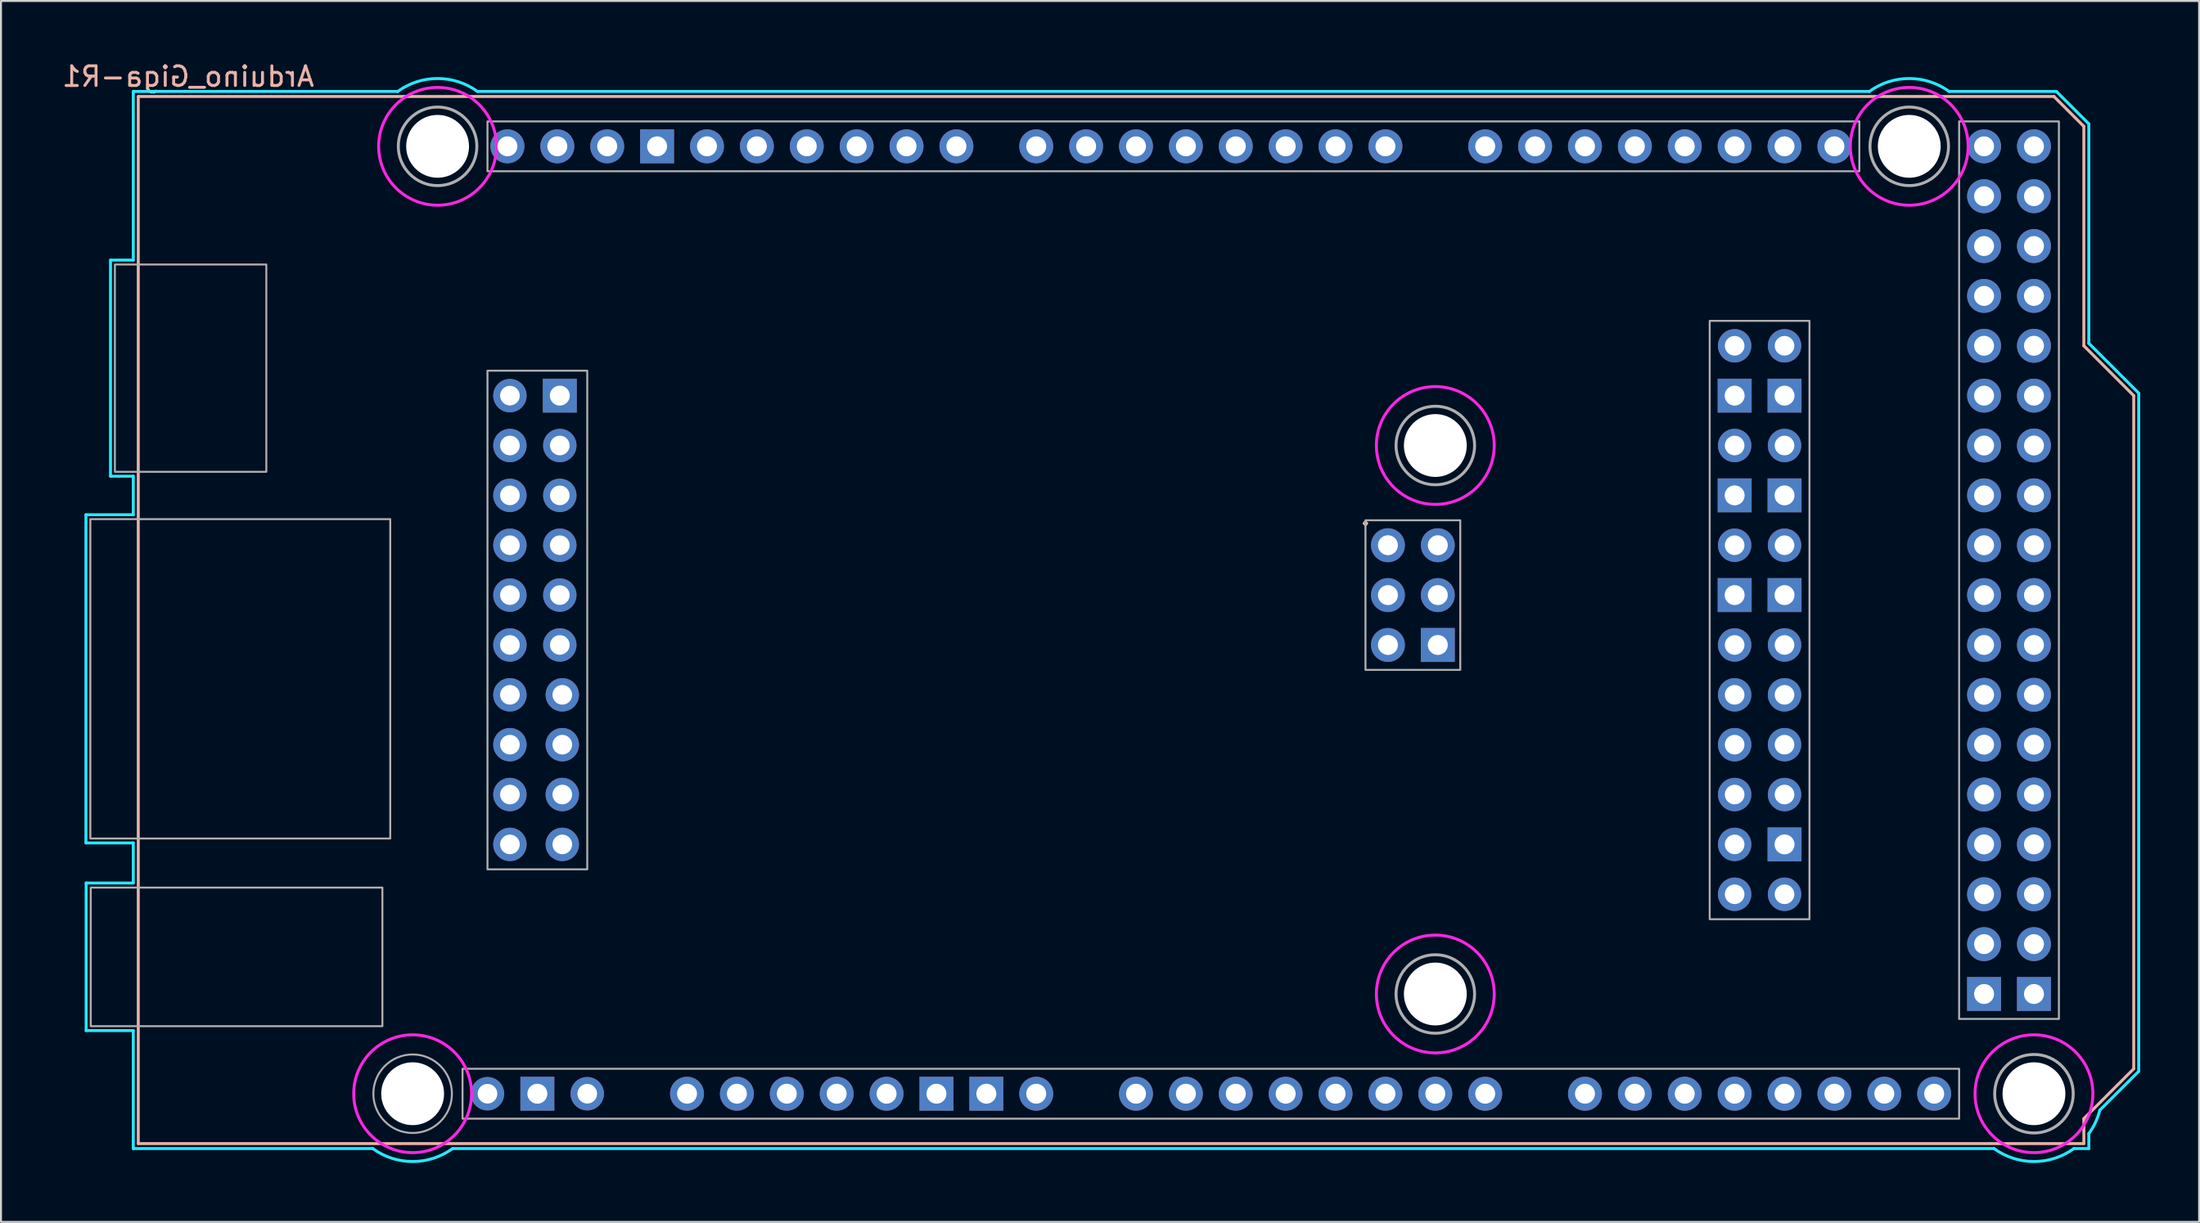
<source format=kicad_pcb>
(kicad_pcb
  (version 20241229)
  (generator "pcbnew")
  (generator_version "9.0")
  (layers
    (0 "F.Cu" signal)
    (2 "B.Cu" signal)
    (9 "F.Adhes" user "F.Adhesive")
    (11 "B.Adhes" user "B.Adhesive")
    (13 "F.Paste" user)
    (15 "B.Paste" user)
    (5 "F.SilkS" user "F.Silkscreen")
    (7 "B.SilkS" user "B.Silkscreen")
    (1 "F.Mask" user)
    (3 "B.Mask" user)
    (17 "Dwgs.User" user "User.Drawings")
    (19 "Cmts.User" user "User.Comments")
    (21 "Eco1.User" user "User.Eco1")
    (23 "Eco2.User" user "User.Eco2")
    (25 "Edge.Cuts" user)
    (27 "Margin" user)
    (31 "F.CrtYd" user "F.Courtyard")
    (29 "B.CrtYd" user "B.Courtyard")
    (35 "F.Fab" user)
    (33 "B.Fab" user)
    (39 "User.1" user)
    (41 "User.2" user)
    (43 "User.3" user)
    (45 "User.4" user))
  (footprint "Arduino_Giga-R1"
    (layer "F.Cu")
    (at 3.99 55.204)
    (property "Reference" "Arduino_Giga-R1" (at 2.54 -54.356 0) (layer "B.SilkS") (effects (font (size 1 1) (thickness 0.15)) (justify mirror)))
    (attr through_hole)
    (fp_line (start 0 -53.34) (end 0 0) (stroke (width 0.15) (type solid)) (layer "B.SilkS"))
    (fp_line (start 0 -53.34) (end 97.536 -53.34) (stroke (width 0.15) (type solid)) (layer "B.SilkS"))
    (fp_line (start 0 0) (end 99.06 0) (stroke (width 0.15) (type solid)) (layer "B.SilkS"))
    (fp_line (start 97.536 -53.34) (end 99.06 -51.816) (stroke (width 0.15) (type solid)) (layer "B.SilkS"))
    (fp_line (start 99.06 -40.64) (end 99.06 -51.816) (stroke (width 0.15) (type solid)) (layer "B.SilkS"))
    (fp_line (start 99.06 -1.27) (end 101.6 -3.81) (stroke (width 0.15) (type solid)) (layer "B.SilkS"))
    (fp_line (start 99.06 0) (end 99.06 -1.27) (stroke (width 0.15) (type solid)) (layer "B.SilkS"))
    (fp_line (start 101.6 -38.1) (end 99.06 -40.64) (stroke (width 0.15) (type solid)) (layer "B.SilkS"))
    (fp_line (start 101.6 -3.81) (end 101.6 -38.1) (stroke (width 0.15) (type solid)) (layer "B.SilkS"))
    (fp_line (start -2.664 -32.034) (end -0.254 -32.034) (stroke (width 0.15) (type solid)) (layer "B.CrtYd"))
    (fp_line (start -2.664 -15.316) (end -2.664 -32.034) (stroke (width 0.15) (type solid)) (layer "B.CrtYd"))
    (fp_line (start -2.664 -15.316) (end -0.254 -15.316) (stroke (width 0.15) (type solid)) (layer "B.CrtYd"))
    (fp_line (start -2.654 -13.274) (end -2.654 -5.756) (stroke (width 0.15) (type solid)) (layer "B.CrtYd"))
    (fp_line (start -2.654 -13.274) (end -0.254 -13.274) (stroke (width 0.15) (type solid)) (layer "B.CrtYd"))
    (fp_line (start -2.654 -5.756) (end -0.254 -5.756) (stroke (width 0.15) (type solid)) (layer "B.CrtYd"))
    (fp_line (start -1.414 -45.004) (end -0.254 -45.004) (stroke (width 0.15) (type solid)) (layer "B.CrtYd"))
    (fp_line (start -1.414 -33.996) (end -1.414 -45.004) (stroke (width 0.15) (type solid)) (layer "B.CrtYd"))
    (fp_line (start -1.414 -33.996) (end -0.254 -33.996) (stroke (width 0.15) (type solid)) (layer "B.CrtYd"))
    (fp_line (start -0.254 -53.594) (end -0.254 -45.004) (stroke (width 0.15) (type solid)) (layer "B.CrtYd"))
    (fp_line (start -0.254 -33.996) (end -0.254 -32.034) (stroke (width 0.15) (type solid)) (layer "B.CrtYd"))
    (fp_line (start -0.254 -15.316) (end -0.254 -13.274) (stroke (width 0.15) (type solid)) (layer "B.CrtYd"))
    (fp_line (start -0.254 -5.756) (end -0.254 0.254) (stroke (width 0.15) (type solid)) (layer "B.CrtYd"))
    (fp_line (start 11.938 0.254) (end -0.254 0.254) (stroke (width 0.15) (type solid)) (layer "B.CrtYd"))
    (fp_line (start 13.208 -53.594) (end -0.254 -53.594) (stroke (width 0.15) (type solid)) (layer "B.CrtYd"))
    (fp_line (start 16.002 0.254) (end 94.488 0.254) (stroke (width 0.15) (type solid)) (layer "B.CrtYd"))
    (fp_line (start 17.272 -53.594) (end 88.138 -53.594) (stroke (width 0.15) (type solid)) (layer "B.CrtYd"))
    (fp_line (start 97.663 -53.594) (end 92.202 -53.594) (stroke (width 0.15) (type solid)) (layer "B.CrtYd"))
    (fp_line (start 97.663 -53.594) (end 99.314 -51.943) (stroke (width 0.15) (type solid)) (layer "B.CrtYd"))
    (fp_line (start 99.314 -40.767) (end 99.314 -51.943) (stroke (width 0.15) (type solid)) (layer "B.CrtYd"))
    (fp_line (start 99.314 0.254) (end 98.552 0.254) (stroke (width 0.15) (type solid)) (layer "B.CrtYd"))
    (fp_line (start 99.314 0.254) (end 99.314 -0.508) (stroke (width 0.15) (type solid)) (layer "B.CrtYd"))
    (fp_line (start 99.873 -1.702) (end 101.854 -3.683) (stroke (width 0.15) (type solid)) (layer "B.CrtYd"))
    (fp_line (start 101.854 -38.227) (end 99.314 -40.767) (stroke (width 0.15) (type solid)) (layer "B.CrtYd"))
    (fp_line (start 101.854 -3.683) (end 101.854 -38.227) (stroke (width 0.15) (type solid)) (layer "B.CrtYd"))
    (fp_arc (start 13.208 -53.594) (mid 15.24 -54.254237) (end 17.272 -53.594) (stroke (width 0.15) (type solid)) (layer "B.CrtYd"))
    (fp_arc (start 16.002 0.254) (mid 13.97 0.914237) (end 11.938 0.254) (stroke (width 0.15) (type solid)) (layer "B.CrtYd"))
    (fp_arc (start 88.138 -53.594) (mid 90.17 -54.254237) (end 92.202 -53.594) (stroke (width 0.15) (type solid)) (layer "B.CrtYd"))
    (fp_arc (start 98.552 0.254) (mid 96.52 0.914237) (end 94.488 0.254) (stroke (width 0.15) (type solid)) (layer "B.CrtYd"))
    (fp_arc (start 99.8728 -1.7018) (mid 99.650917 -1.077977) (end 99.314 -0.508) (stroke (width 0.15) (type solid)) (layer "B.CrtYd"))
    (fp_circle (center 13.97 -2.54) (end 16.97 -2.54) (stroke (width 0.15) (type solid)) (fill no) (layer "F.CrtYd"))
    (fp_circle (center 15.24 -50.8) (end 18.24 -50.8) (stroke (width 0.15) (type solid)) (fill no) (layer "F.CrtYd"))
    (fp_circle (center 66.04 -35.56) (end 69.04 -35.56) (stroke (width 0.15) (type solid)) (fill no) (layer "F.CrtYd"))
    (fp_circle (center 66.04 -7.62) (end 69.04 -7.62) (stroke (width 0.15) (type solid)) (fill no) (layer "F.CrtYd"))
    (fp_circle (center 90.17 -50.8) (end 93.17 -50.8) (stroke (width 0.15) (type solid)) (fill no) (layer "F.CrtYd"))
    (fp_circle (center 96.52 -2.54) (end 99.52 -2.54) (stroke (width 0.15) (type solid)) (fill no) (layer "F.CrtYd"))
    (fp_rect (start -2.44 -31.81) (end 12.83 -15.54) (stroke (width 0.1) (type default)) (fill no) (layer "F.Fab"))
    (fp_rect (start -2.42 -13.04) (end 12.43 -5.98) (stroke (width 0.1) (type default)) (fill no) (layer "F.Fab"))
    (fp_rect (start -1.19 -44.78) (end 6.52 -34.22) (stroke (width 0.1) (type default)) (fill no) (layer "F.Fab"))
    (fp_rect (start 22.86 -13.97) (end 17.78 -39.37) (stroke (width 0.1) (type default)) (fill no) (layer "F.Fab"))
    (fp_rect (start 62.484 -24.13) (end 67.31 -31.75) (stroke (width 0.1) (type default)) (fill no) (layer "F.Fab"))
    (fp_rect (start 80.01 -41.91) (end 85.09 -11.43) (stroke (width 0.1) (type default)) (fill no) (layer "F.Fab"))
    (fp_rect (start 87.63 -49.53) (end 17.78 -52.07) (stroke (width 0.1) (type default)) (fill no) (layer "F.Fab"))
    (fp_rect (start 92.71 -6.35) (end 97.79 -52.07) (stroke (width 0.1) (type default)) (fill no) (layer "F.Fab"))
    (fp_rect (start 92.71 -1.27) (end 16.51 -3.81) (stroke (width 0.1) (type default)) (fill no) (layer "F.Fab"))
    (fp_circle (center 13.97 -2.54) (end 15.97 -2.54) (stroke (width 0.1) (type default)) (fill no) (layer "F.Fab"))
    (fp_circle (center 15.24 -50.8) (end 17.24 -50.8) (stroke (width 0.15) (type solid)) (fill no) (layer "F.Fab"))
    (fp_circle (center 66.04 -35.56) (end 68.04 -35.56) (stroke (width 0.15) (type solid)) (fill no) (layer "F.Fab"))
    (fp_circle (center 66.04 -7.62) (end 68.04 -7.62) (stroke (width 0.15) (type solid)) (fill no) (layer "F.Fab"))
    (fp_circle (center 90.17 -50.8) (end 92.17 -50.8) (stroke (width 0.15) (type solid)) (fill no) (layer "F.Fab"))
    (fp_circle (center 96.52 -2.54) (end 98.52 -2.54) (stroke (width 0.15) (type solid)) (fill no) (layer "F.Fab"))
    (fp_text user "." (at 62.484 -32.004 0) (layer "F.SilkS") (effects (font (size 1 1) (thickness 0.15))))
    (fp_text user "." (at 62.484 -32.004 0) (layer "B.SilkS") (effects (font (size 1 1) (thickness 0.15))))
    (pad "" np_thru_hole circle (at 13.97 -2.54) (size 3.2 3.2) (drill 3.2) (layers "*.Cu" "*.Mask"))
    (pad "" np_thru_hole circle (at 15.24 -50.8 270) (size 3.2 3.2) (drill 3.2) (layers "*.Cu" "*.Mask"))
    (pad "" thru_hole oval (at 27.94 -2.54) (size 1.727 1.727) (drill 1.016) (layers "*.Cu" "*.Mask"))
    (pad "" np_thru_hole circle (at 66.04 -35.56) (size 3.2 3.2) (drill 3.2) (layers "*.Cu" "*.Mask"))
    (pad "" np_thru_hole circle (at 66.04 -7.62) (size 3.2 3.2) (drill 3.2) (layers "*.Cu" "*.Mask"))
    (pad "" np_thru_hole circle (at 90.17 -50.8) (size 3.2 3.2) (drill 3.2) (layers "*.Cu" "*.Mask"))
    (pad "" np_thru_hole circle (at 96.52 -2.54) (size 3.2 3.2) (drill 3.2) (layers "*.Cu" "*.Mask"))
    (pad "3V3" thru_hole circle (at 18.923 -38.1) (size 1.7 1.7) (drill 1) (layers "*.Cu" "*.Mask"))
    (pad "3V3" thru_hole oval (at 35.56 -2.54) (size 1.727 1.727) (drill 1.016) (layers "*.Cu" "*.Mask"))
    (pad "3V3" thru_hole circle (at 81.28 -12.7) (size 1.7 1.7) (drill 1) (layers "*.Cu" "*.Mask"))
    (pad "5V" thru_hole oval (at 38.1 -2.54) (size 1.727 1.727) (drill 1.016) (layers "*.Cu" "*.Mask"))
    (pad "5V" thru_hole circle (at 81.28 -15.24) (size 1.7 1.7) (drill 1) (layers "*.Cu" "*.Mask"))
    (pad "5V" thru_hole oval (at 93.98 -50.8) (size 1.727 1.727) (drill 1.016) (layers "*.Cu" "*.Mask"))
    (pad "5V" thru_hole oval (at 96.52 -50.8) (size 1.727 1.727) (drill 1.016) (layers "*.Cu" "*.Mask"))
    (pad "A0" thru_hole oval (at 50.8 -2.54) (size 1.727 1.727) (drill 1.016) (layers "*.Cu" "*.Mask"))
    (pad "A1" thru_hole oval (at 53.34 -2.54) (size 1.727 1.727) (drill 1.016) (layers "*.Cu" "*.Mask"))
    (pad "A2" thru_hole oval (at 55.88 -2.54) (size 1.727 1.727) (drill 1.016) (layers "*.Cu" "*.Mask"))
    (pad "A3" thru_hole oval (at 58.42 -2.54) (size 1.727 1.727) (drill 1.016) (layers "*.Cu" "*.Mask"))
    (pad "A4" thru_hole oval (at 60.96 -2.54) (size 1.727 1.727) (drill 1.016) (layers "*.Cu" "*.Mask"))
    (pad "A5" thru_hole oval (at 63.5 -2.54) (size 1.727 1.727) (drill 1.016) (layers "*.Cu" "*.Mask"))
    (pad "A6" thru_hole oval (at 66.04 -2.54) (size 1.727 1.727) (drill 1.016) (layers "*.Cu" "*.Mask"))
    (pad "A7" thru_hole oval (at 68.58 -2.54) (size 1.727 1.727) (drill 1.016) (layers "*.Cu" "*.Mask"))
    (pad "A8" thru_hole oval (at 73.66 -2.54) (size 1.727 1.727) (drill 1.016) (layers "*.Cu" "*.Mask"))
    (pad "A9" thru_hole oval (at 76.2 -2.54) (size 1.727 1.727) (drill 1.016) (layers "*.Cu" "*.Mask"))
    (pad "A10" thru_hole oval (at 78.74 -2.54) (size 1.727 1.727) (drill 1.016) (layers "*.Cu" "*.Mask"))
    (pad "A11" thru_hole oval (at 81.28 -2.54) (size 1.727 1.727) (drill 1.016) (layers "*.Cu" "*.Mask"))
    (pad "AREF" thru_hole oval (at 23.876 -50.8) (size 1.727 1.727) (drill 1.016) (layers "*.Cu" "*.Mask"))
    (pad "CANR" thru_hole oval (at 88.9 -2.54) (size 1.727 1.727) (drill 1.016) (layers "*.Cu" "*.Mask"))
    (pad "CANT" thru_hole oval (at 91.44 -2.54) (size 1.727 1.727) (drill 1.016) (layers "*.Cu" "*.Mask"))
    (pad "CKN" thru_hole circle (at 81.28 -35.56) (size 1.7 1.7) (drill 1) (layers "*.Cu" "*.Mask"))
    (pad "CKP" thru_hole circle (at 83.82 -35.56) (size 1.7 1.7) (drill 1) (layers "*.Cu" "*.Mask"))
    (pad "D0" thru_hole oval (at 63.5 -50.8) (size 1.727 1.727) (drill 1.016) (layers "*.Cu" "*.Mask"))
    (pad "D0N" thru_hole circle (at 81.28 -30.48) (size 1.7 1.7) (drill 1) (layers "*.Cu" "*.Mask"))
    (pad "D0P" thru_hole circle (at 83.82 -30.48) (size 1.7 1.7) (drill 1) (layers "*.Cu" "*.Mask"))
    (pad "D1" thru_hole oval (at 60.96 -50.8) (size 1.727 1.727) (drill 1.016) (layers "*.Cu" "*.Mask"))
    (pad "D1N" thru_hole circle (at 81.28 -40.64) (size 1.7 1.7) (drill 1) (layers "*.Cu" "*.Mask"))
    (pad "D1P" thru_hole circle (at 83.82 -40.64) (size 1.7 1.7) (drill 1) (layers "*.Cu" "*.Mask"))
    (pad "D2" thru_hole oval (at 58.42 -50.8) (size 1.727 1.727) (drill 1.016) (layers "*.Cu" "*.Mask"))
    (pad "D3" thru_hole oval (at 55.88 -50.8) (size 1.727 1.727) (drill 1.016) (layers "*.Cu" "*.Mask"))
    (pad "D4" thru_hole oval (at 53.34 -50.8) (size 1.727 1.727) (drill 1.016) (layers "*.Cu" "*.Mask"))
    (pad "D5" thru_hole oval (at 50.8 -50.8) (size 1.727 1.727) (drill 1.016) (layers "*.Cu" "*.Mask"))
    (pad "D6" thru_hole oval (at 48.26 -50.8) (size 1.727 1.727) (drill 1.016) (layers "*.Cu" "*.Mask"))
    (pad "D7" thru_hole oval (at 45.72 -50.8) (size 1.727 1.727) (drill 1.016) (layers "*.Cu" "*.Mask"))
    (pad "D8" thru_hole oval (at 41.656 -50.8) (size 1.727 1.727) (drill 1.016) (layers "*.Cu" "*.Mask"))
    (pad "D9" thru_hole oval (at 39.116 -50.8) (size 1.727 1.727) (drill 1.016) (layers "*.Cu" "*.Mask"))
    (pad "D10" thru_hole oval (at 36.576 -50.8) (size 1.727 1.727) (drill 1.016) (layers "*.Cu" "*.Mask"))
    (pad "D11" thru_hole oval (at 34.036 -50.8) (size 1.727 1.727) (drill 1.016) (layers "*.Cu" "*.Mask"))
    (pad "D12" thru_hole oval (at 31.496 -50.8) (size 1.727 1.727) (drill 1.016) (layers "*.Cu" "*.Mask"))
    (pad "D13" thru_hole oval (at 28.956 -50.8) (size 1.727 1.727) (drill 1.016) (layers "*.Cu" "*.Mask"))
    (pad "D14" thru_hole oval (at 68.58 -50.8) (size 1.727 1.727) (drill 1.016) (layers "*.Cu" "*.Mask"))
    (pad "D15" thru_hole oval (at 71.12 -50.8) (size 1.727 1.727) (drill 1.016) (layers "*.Cu" "*.Mask"))
    (pad "D16" thru_hole oval (at 73.66 -50.8) (size 1.727 1.727) (drill 1.016) (layers "*.Cu" "*.Mask"))
    (pad "D17" thru_hole oval (at 76.2 -50.8) (size 1.727 1.727) (drill 1.016) (layers "*.Cu" "*.Mask"))
    (pad "D18" thru_hole oval (at 78.74 -50.8) (size 1.727 1.727) (drill 1.016) (layers "*.Cu" "*.Mask"))
    (pad "D19" thru_hole oval (at 81.28 -50.8) (size 1.727 1.727) (drill 1.016) (layers "*.Cu" "*.Mask"))
    (pad "D20" thru_hole oval (at 83.82 -50.8) (size 1.727 1.727) (drill 1.016) (layers "*.Cu" "*.Mask"))
    (pad "D21" thru_hole oval (at 86.36 -50.8) (size 1.727 1.727) (drill 1.016) (layers "*.Cu" "*.Mask"))
    (pad "D22" thru_hole oval (at 93.98 -48.26) (size 1.727 1.727) (drill 1.016) (layers "*.Cu" "*.Mask"))
    (pad "D23" thru_hole oval (at 96.52 -48.26) (size 1.727 1.727) (drill 1.016) (layers "*.Cu" "*.Mask"))
    (pad "D24" thru_hole oval (at 93.98 -45.72) (size 1.727 1.727) (drill 1.016) (layers "*.Cu" "*.Mask"))
    (pad "D25" thru_hole oval (at 96.52 -45.72) (size 1.727 1.727) (drill 1.016) (layers "*.Cu" "*.Mask"))
    (pad "D26" thru_hole oval (at 93.98 -43.18) (size 1.727 1.727) (drill 1.016) (layers "*.Cu" "*.Mask"))
    (pad "D27" thru_hole oval (at 96.52 -43.18) (size 1.727 1.727) (drill 1.016) (layers "*.Cu" "*.Mask"))
    (pad "D28" thru_hole oval (at 93.98 -40.64) (size 1.727 1.727) (drill 1.016) (layers "*.Cu" "*.Mask"))
    (pad "D29" thru_hole oval (at 96.52 -40.64) (size 1.727 1.727) (drill 1.016) (layers "*.Cu" "*.Mask"))
    (pad "D30" thru_hole oval (at 93.98 -38.1) (size 1.727 1.727) (drill 1.016) (layers "*.Cu" "*.Mask"))
    (pad "D31" thru_hole oval (at 96.52 -38.1) (size 1.727 1.727) (drill 1.016) (layers "*.Cu" "*.Mask"))
    (pad "D32" thru_hole oval (at 93.98 -35.56) (size 1.727 1.727) (drill 1.016) (layers "*.Cu" "*.Mask"))
    (pad "D33" thru_hole oval (at 96.52 -35.56) (size 1.727 1.727) (drill 1.016) (layers "*.Cu" "*.Mask"))
    (pad "D34" thru_hole circle (at 93.98 -33.02) (size 1.727 1.727) (drill 1.016) (layers "*.Cu" "*.Mask"))
    (pad "D35" thru_hole oval (at 96.52 -33.02) (size 1.727 1.727) (drill 1.016) (layers "*.Cu" "*.Mask"))
    (pad "D36" thru_hole oval (at 93.98 -30.48) (size 1.727 1.727) (drill 1.016) (layers "*.Cu" "*.Mask"))
    (pad "D37" thru_hole oval (at 96.52 -30.48) (size 1.727 1.727) (drill 1.016) (layers "*.Cu" "*.Mask"))
    (pad "D38" thru_hole oval (at 93.98 -27.94) (size 1.727 1.727) (drill 1.016) (layers "*.Cu" "*.Mask"))
    (pad "D39" thru_hole oval (at 96.52 -27.94) (size 1.727 1.727) (drill 1.016) (layers "*.Cu" "*.Mask"))
    (pad "D40" thru_hole oval (at 93.98 -25.4) (size 1.727 1.727) (drill 1.016) (layers "*.Cu" "*.Mask"))
    (pad "D41" thru_hole oval (at 96.52 -25.4) (size 1.727 1.727) (drill 1.016) (layers "*.Cu" "*.Mask"))
    (pad "D42" thru_hole oval (at 93.98 -22.86) (size 1.727 1.727) (drill 1.016) (layers "*.Cu" "*.Mask"))
    (pad "D43" thru_hole oval (at 96.52 -22.86) (size 1.727 1.727) (drill 1.016) (layers "*.Cu" "*.Mask"))
    (pad "D44" thru_hole oval (at 93.98 -20.32) (size 1.727 1.727) (drill 1.016) (layers "*.Cu" "*.Mask"))
    (pad "D45" thru_hole oval (at 96.52 -20.32) (size 1.727 1.727) (drill 1.016) (layers "*.Cu" "*.Mask"))
    (pad "D46" thru_hole oval (at 93.98 -17.78) (size 1.727 1.727) (drill 1.016) (layers "*.Cu" "*.Mask"))
    (pad "D47" thru_hole oval (at 96.52 -17.78) (size 1.727 1.727) (drill 1.016) (layers "*.Cu" "*.Mask"))
    (pad "D48" thru_hole oval (at 93.98 -15.24) (size 1.727 1.727) (drill 1.016) (layers "*.Cu" "*.Mask"))
    (pad "D49" thru_hole oval (at 96.52 -15.24) (size 1.727 1.727) (drill 1.016) (layers "*.Cu" "*.Mask"))
    (pad "D50" thru_hole oval (at 93.98 -12.7) (size 1.727 1.727) (drill 1.016) (layers "*.Cu" "*.Mask"))
    (pad "D51" thru_hole oval (at 96.52 -12.7) (size 1.727 1.727) (drill 1.016) (layers "*.Cu" "*.Mask"))
    (pad "D52" thru_hole oval (at 93.98 -10.16) (size 1.727 1.727) (drill 1.016) (layers "*.Cu" "*.Mask"))
    (pad "D53" thru_hole oval (at 96.52 -10.16) (size 1.727 1.727) (drill 1.016) (layers "*.Cu" "*.Mask"))
    (pad "D54" thru_hole circle (at 18.923 -33.02) (size 1.7 1.7) (drill 1) (layers "*.Cu" "*.Mask"))
    (pad "D55" thru_hole circle (at 21.463 -33.02) (size 1.7 1.7) (drill 1) (layers "*.Cu" "*.Mask"))
    (pad "D56" thru_hole circle (at 18.923 -30.48) (size 1.7 1.7) (drill 1) (layers "*.Cu" "*.Mask"))
    (pad "D57" thru_hole circle (at 21.463 -30.48) (size 1.7 1.7) (drill 1) (layers "*.Cu" "*.Mask"))
    (pad "D58" thru_hole circle (at 18.923 -27.94) (size 1.7 1.7) (drill 1) (layers "*.Cu" "*.Mask"))
    (pad "D59" thru_hole circle (at 21.463 -27.94) (size 1.7 1.7) (drill 1) (layers "*.Cu" "*.Mask"))
    (pad "D60" thru_hole circle (at 18.923 -25.4) (size 1.7 1.7) (drill 1) (layers "*.Cu" "*.Mask"))
    (pad "D61" thru_hole circle (at 21.463 -25.4) (size 1.7 1.7) (drill 1) (layers "*.Cu" "*.Mask"))
    (pad "D62" thru_hole circle (at 18.923 -22.86) (size 1.7 1.7) (drill 1) (layers "*.Cu" "*.Mask"))
    (pad "D63" thru_hole circle (at 21.59 -22.86) (size 1.7 1.7) (drill 1) (layers "*.Cu" "*.Mask"))
    (pad "D64" thru_hole circle (at 18.923 -20.32) (size 1.7 1.7) (drill 1) (layers "*.Cu" "*.Mask"))
    (pad "D65" thru_hole circle (at 21.59 -20.32) (size 1.7 1.7) (drill 1) (layers "*.Cu" "*.Mask"))
    (pad "D66" thru_hole circle (at 18.923 -17.78) (size 1.7 1.7) (drill 1) (layers "*.Cu" "*.Mask"))
    (pad "D66" thru_hole circle (at 18.923 -15.24) (size 1.7 1.7) (drill 1) (layers "*.Cu" "*.Mask"))
    (pad "D67" thru_hole circle (at 21.59 -17.78) (size 1.7 1.7) (drill 1) (layers "*.Cu" "*.Mask"))
    (pad "D67" thru_hole circle (at 21.59 -15.24) (size 1.7 1.7) (drill 1) (layers "*.Cu" "*.Mask"))
    (pad "D68" thru_hole circle (at 81.28 -25.4) (size 1.7 1.7) (drill 1) (layers "*.Cu" "*.Mask"))
    (pad "D69" thru_hole circle (at 83.82 -25.4) (size 1.7 1.7) (drill 1) (layers "*.Cu" "*.Mask"))
    (pad "D70" thru_hole circle (at 81.28 -22.86) (size 1.7 1.7) (drill 1) (layers "*.Cu" "*.Mask"))
    (pad "D71" thru_hole circle (at 83.82 -22.86) (size 1.7 1.7) (drill 1) (layers "*.Cu" "*.Mask"))
    (pad "D72" thru_hole circle (at 81.28 -20.32) (size 1.7 1.7) (drill 1) (layers "*.Cu" "*.Mask"))
    (pad "D73" thru_hole circle (at 83.82 -20.32) (size 1.7 1.7) (drill 1) (layers "*.Cu" "*.Mask"))
    (pad "D74" thru_hole circle (at 81.28 -17.78) (size 1.7 1.7) (drill 1) (layers "*.Cu" "*.Mask"))
    (pad "D75" thru_hole circle (at 83.82 -17.78) (size 1.7 1.7) (drill 1) (layers "*.Cu" "*.Mask"))
    (pad "DAC0" thru_hole oval (at 83.82 -2.54) (size 1.727 1.727) (drill 1.016) (layers "*.Cu" "*.Mask"))
    (pad "DAC1" thru_hole oval (at 86.36 -2.54) (size 1.727 1.727) (drill 1.016) (layers "*.Cu" "*.Mask"))
    (pad "GND" thru_hole rect (at 20.32 -2.54) (size 1.727 1.727) (drill 1.016) (layers "*.Cu" "*.Mask"))
    (pad "GND" thru_hole rect (at 21.463 -38.1) (size 1.727 1.727) (drill 1.016) (layers "*.Cu" "*.Mask"))
    (pad "GND" thru_hole rect (at 26.416 -50.8) (size 1.727 1.727) (drill 1.016) (layers "*.Cu" "*.Mask"))
    (pad "GND" thru_hole rect (at 40.64 -2.54) (size 1.727 1.727) (drill 1.016) (layers "*.Cu" "*.Mask"))
    (pad "GND" thru_hole rect (at 43.18 -2.54) (size 1.727 1.727) (drill 1.016) (layers "*.Cu" "*.Mask"))
    (pad "GND" thru_hole rect (at 81.28 -38.1) (size 1.727 1.727) (drill 1.016) (layers "*.Cu" "*.Mask"))
    (pad "GND" thru_hole rect (at 81.28 -33.02) (size 1.727 1.727) (drill 1.016) (layers "*.Cu" "*.Mask"))
    (pad "GND" thru_hole rect (at 81.28 -27.94) (size 1.727 1.727) (drill 1.016) (layers "*.Cu" "*.Mask"))
    (pad "GND" thru_hole rect (at 83.82 -38.1) (size 1.727 1.727) (drill 1.016) (layers "*.Cu" "*.Mask"))
    (pad "GND" thru_hole rect (at 83.82 -33.02) (size 1.727 1.727) (drill 1.016) (layers "*.Cu" "*.Mask"))
    (pad "GND" thru_hole rect (at 83.82 -27.94) (size 1.727 1.727) (drill 1.016) (layers "*.Cu" "*.Mask"))
    (pad "GND" thru_hole rect (at 83.82 -15.24) (size 1.727 1.727) (drill 1.016) (layers "*.Cu" "*.Mask"))
    (pad "GND" thru_hole rect (at 93.98 -7.62) (size 1.727 1.727) (drill 1.016) (layers "*.Cu" "*.Mask"))
    (pad "GND" thru_hole rect (at 96.52 -7.62) (size 1.727 1.727) (drill 1.016) (layers "*.Cu" "*.Mask"))
    (pad "IORF" thru_hole oval (at 30.48 -2.54) (size 1.727 1.727) (drill 1.016) (layers "*.Cu" "*.Mask"))
    (pad "MISO" thru_hole oval (at 63.627 -30.48) (size 1.727 1.727) (drill 1.016) (layers "*.Cu" "*.Mask"))
    (pad "MOSI" thru_hole oval (at 66.167 -27.94) (size 1.727 1.727) (drill 1.016) (layers "*.Cu" "*.Mask"))
    (pad "OFF" thru_hole circle (at 17.78 -2.54) (size 1.7 1.7) (drill 1) (layers "*.Cu" "*.Mask"))
    (pad "RST1" thru_hole oval (at 33.02 -2.54) (size 1.727 1.727) (drill 1.016) (layers "*.Cu" "*.Mask"))
    (pad "RST2" thru_hole oval (at 63.627 -25.4) (size 1.727 1.727) (drill 1.016) (layers "*.Cu" "*.Mask"))
    (pad "SCK" thru_hole oval (at 63.627 -27.94) (size 1.727 1.727) (drill 1.016) (layers "*.Cu" "*.Mask"))
    (pad "SCL1" thru_hole oval (at 18.796 -50.8) (size 1.727 1.727) (drill 1.016) (layers "*.Cu" "*.Mask"))
    (pad "SCL1" thru_hole circle (at 18.923 -35.56) (size 1.7 1.7) (drill 1) (layers "*.Cu" "*.Mask"))
    (pad "SDA1" thru_hole oval (at 21.336 -50.8) (size 1.727 1.727) (drill 1.016) (layers "*.Cu" "*.Mask"))
    (pad "SDA1" thru_hole circle (at 21.463 -35.56) (size 1.7 1.7) (drill 1) (layers "*.Cu" "*.Mask"))
    (pad "SP_5V" thru_hole oval (at 66.167 -30.48) (size 1.727 1.727) (drill 1.016) (layers "*.Cu" "*.Mask"))
    (pad "SP_GN" thru_hole rect (at 66.167 -25.4) (size 1.727 1.727) (drill 1.016) (layers "*.Cu" "*.Mask"))
    (pad "VIN" thru_hole oval (at 45.72 -2.54) (size 1.727 1.727) (drill 1.016) (layers "*.Cu" "*.Mask"))
    (pad "VIN" thru_hole circle (at 83.82 -12.7) (size 1.7 1.7) (drill 1) (layers "*.Cu" "*.Mask"))
    (pad "VRTC" thru_hole circle (at 22.86 -2.54) (size 1.7 1.7) (drill 1) (layers "*.Cu" "*.Mask")))
  (gr_rect
    (start -3 -3)
    (end 108.919 59.193)
    (stroke (width 0.1) (type default))
    (fill no)
    (layer "Edge.Cuts")))
</source>
